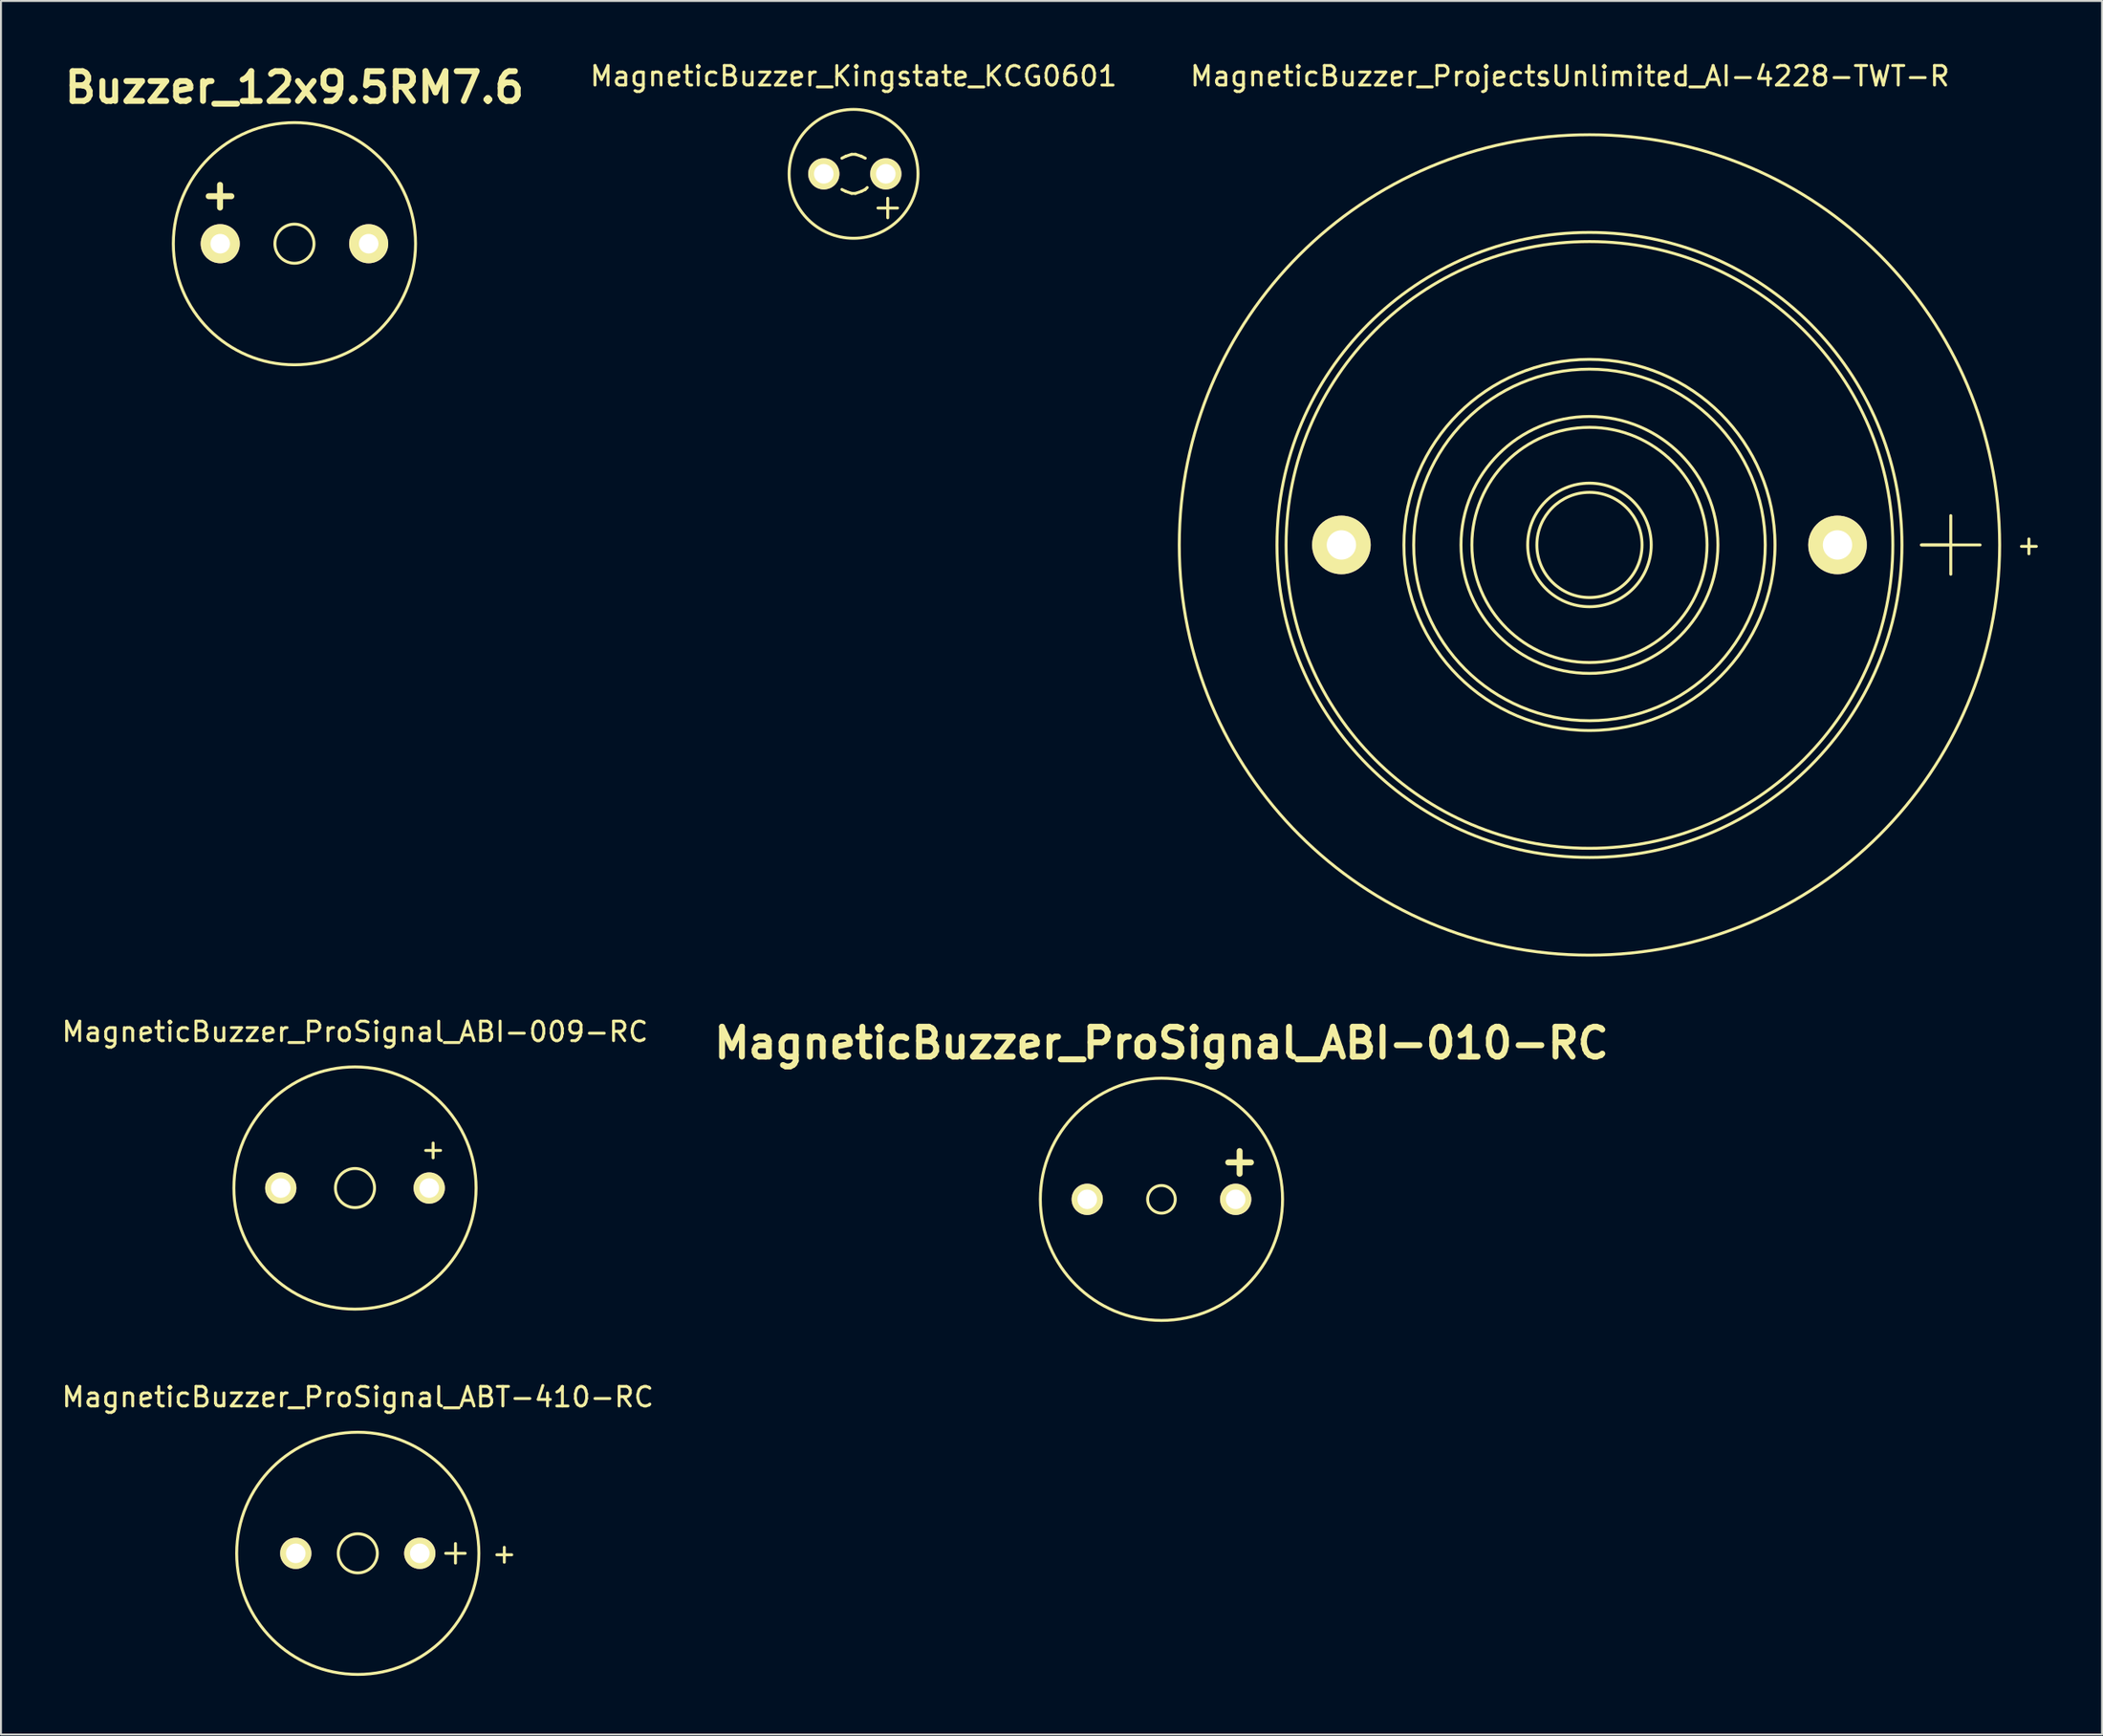
<source format=kicad_pcb>
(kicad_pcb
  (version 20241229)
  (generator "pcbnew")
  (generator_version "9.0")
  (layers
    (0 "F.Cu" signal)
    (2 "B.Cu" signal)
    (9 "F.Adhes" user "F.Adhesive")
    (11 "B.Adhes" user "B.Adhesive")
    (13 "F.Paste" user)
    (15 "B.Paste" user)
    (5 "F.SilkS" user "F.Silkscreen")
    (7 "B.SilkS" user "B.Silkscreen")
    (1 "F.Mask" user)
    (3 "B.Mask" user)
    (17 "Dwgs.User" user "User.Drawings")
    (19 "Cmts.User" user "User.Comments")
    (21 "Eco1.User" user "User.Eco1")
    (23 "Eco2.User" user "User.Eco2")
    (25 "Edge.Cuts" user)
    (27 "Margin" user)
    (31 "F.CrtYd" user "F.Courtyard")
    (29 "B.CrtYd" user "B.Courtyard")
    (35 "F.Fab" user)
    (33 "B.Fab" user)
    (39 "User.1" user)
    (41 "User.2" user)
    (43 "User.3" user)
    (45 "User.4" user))
  (footprint "MagneticBuzzer_ProSignal_ABT-410-RC"
    (layer "F.Cu")
    (at 12.093 76.476)
    (property "Reference" "MagneticBuzzer_ProSignal_ABT-410-RC" (at 3.175 -8.001 0) (layer "F.SilkS") (effects (font (size 1 1) (thickness 0.15))))
    (attr through_hole)
    (fp_line (start 7.676 0) (end 8.674 0) (stroke (width 0.15) (type solid)) (layer "F.SilkS"))
    (fp_line (start 8.176 -0.5) (end 8.176 0.5) (stroke (width 0.15) (type solid)) (layer "F.SilkS"))
    (fp_circle (center 3.175 0) (end 4.176 0) (stroke (width 0.15) (type solid)) (fill no) (layer "F.SilkS"))
    (fp_circle (center 3.175 0) (end 9.375 0) (stroke (width 0.15) (type solid)) (fill no) (layer "F.SilkS"))
    (fp_text user "+" (at 10.676 0 0) (layer "F.SilkS") (effects (font (size 1 1) (thickness 0.15))))
    (pad "1" thru_hole circle (at 0 0) (size 1.6 1.6) (drill 1.001) (layers "*.Cu" "*.Mask" "F.SilkS"))
    (pad "2" thru_hole circle (at 6.35 0) (size 1.6 1.6) (drill 1.001) (layers "*.Cu" "*.Mask" "F.SilkS")))
  (footprint "MagneticBuzzer_ProSignal_ABI-009-RC"
    (layer "F.Cu")
    (at 11.315 57.774)
    (property "Reference" "MagneticBuzzer_ProSignal_ABI-009-RC" (at 3.81 -8.001 0) (layer "F.SilkS") (effects (font (size 1 1) (thickness 0.15))))
    (attr through_hole)
    (fp_circle (center 3.81 0) (end 4.811 0) (stroke (width 0.15) (type solid)) (fill no) (layer "F.SilkS"))
    (fp_circle (center 3.81 0) (end 10.01 0) (stroke (width 0.15) (type solid)) (fill no) (layer "F.SilkS"))
    (fp_text user "+" (at 7.811 -1.999 0) (layer "F.SilkS") (effects (font (size 1 1) (thickness 0.15))))
    (pad "1" thru_hole circle (at 0.01 0) (size 1.6 1.6) (drill 1.001) (layers "*.Cu" "*.Mask" "F.SilkS"))
    (pad "2" thru_hole circle (at 7.61 0) (size 1.6 1.6) (drill 1.001) (layers "*.Cu" "*.Mask" "F.SilkS")))
  (footprint "MagneticBuzzer_ProSignal_ABI-010-RC"
    (layer "F.Cu")
    (at 52.605 58.352)
    (property "Reference" "MagneticBuzzer_ProSignal_ABI-010-RC" (at 3.81 -8.001 0) (layer "F.SilkS") (effects (font (size 1.524 1.524) (thickness 0.305))))
    (attr through_hole)
    (fp_circle (center 3.81 0) (end 4.31 0.5) (stroke (width 0.15) (type solid)) (fill no) (layer "F.SilkS"))
    (fp_circle (center 3.81 0) (end 10.01 0) (stroke (width 0.15) (type solid)) (fill no) (layer "F.SilkS"))
    (fp_text user "+" (at 7.811 -1.999 0) (layer "F.SilkS") (effects (font (size 1.524 1.524) (thickness 0.305))))
    (pad "1" thru_hole circle (at 0.01 0) (size 1.6 1.6) (drill 1.001) (layers "*.Cu" "*.Mask" "F.SilkS"))
    (pad "2" thru_hole circle (at 7.61 0) (size 1.6 1.6) (drill 1.001) (layers "*.Cu" "*.Mask" "F.SilkS")))
  (footprint "Buzzer_12x9.5RM7.6"
    (layer "F.Cu")
    (at 12.025 9.427)
    (property "Reference" "Buzzer_12x9.5RM7.6" (at 0 -8.001 0) (layer "F.SilkS") (effects (font (size 1.524 1.524) (thickness 0.305))))
    (attr through_hole)
    (fp_circle (center 0 0) (end 1.001 0) (stroke (width 0.15) (type solid)) (fill no) (layer "F.SilkS"))
    (fp_circle (center 0 0) (end 6.2 0) (stroke (width 0.15) (type solid)) (fill no) (layer "F.SilkS"))
    (fp_text user "+" (at -3.81 -2.54 0) (layer "F.SilkS") (effects (font (size 1.524 1.524) (thickness 0.305))))
    (pad "1" thru_hole circle (at -3.8 0) (size 2 2) (drill 1.001) (layers "*.Cu" "*.Mask" "F.SilkS"))
    (pad "2" thru_hole circle (at 3.8 0) (size 2 2) (drill 1.001) (layers "*.Cu" "*.Mask" "F.SilkS")))
  (footprint "MagneticBuzzer_Kingstate_KCG0601"
    (layer "F.Cu")
    (at 39.127 5.85)
    (property "Reference" "MagneticBuzzer_Kingstate_KCG0601" (at 1.524 -5.001 0) (layer "F.SilkS") (effects (font (size 1 1) (thickness 0.15))))
    (attr through_hole)
    (fp_line (start 1.125 -0.899) (end 0.925 -0.8) (stroke (width 0.15) (type solid)) (layer "F.SilkS"))
    (fp_line (start 1.125 0.899) (end 0.925 0.8) (stroke (width 0.15) (type solid)) (layer "F.SilkS"))
    (fp_line (start 1.425 -1.001) (end 1.125 -0.899) (stroke (width 0.15) (type solid)) (layer "F.SilkS"))
    (fp_line (start 1.425 1.001) (end 1.125 0.899) (stroke (width 0.15) (type solid)) (layer "F.SilkS"))
    (fp_line (start 1.623 -1.001) (end 1.425 -1.001) (stroke (width 0.15) (type solid)) (layer "F.SilkS"))
    (fp_line (start 1.623 1.001) (end 1.425 1.001) (stroke (width 0.15) (type solid)) (layer "F.SilkS"))
    (fp_line (start 1.923 -0.899) (end 1.623 -1.001) (stroke (width 0.15) (type solid)) (layer "F.SilkS"))
    (fp_line (start 1.923 0.899) (end 1.623 1.001) (stroke (width 0.15) (type solid)) (layer "F.SilkS"))
    (fp_line (start 2.123 -0.8) (end 1.923 -0.899) (stroke (width 0.15) (type solid)) (layer "F.SilkS"))
    (fp_line (start 2.123 0.8) (end 1.923 0.899) (stroke (width 0.15) (type solid)) (layer "F.SilkS"))
    (fp_line (start 2.225 0.701) (end 2.123 0.8) (stroke (width 0.15) (type solid)) (layer "F.SilkS"))
    (fp_line (start 2.774 1.75) (end 3.774 1.75) (stroke (width 0.15) (type solid)) (layer "F.SilkS"))
    (fp_line (start 3.274 1.25) (end 3.274 2.25) (stroke (width 0.15) (type solid)) (layer "F.SilkS"))
    (fp_circle (center 1.524 0) (end 4.823 0) (stroke (width 0.15) (type solid)) (fill no) (layer "F.SilkS"))
    (pad "1" thru_hole circle (at 0 0) (size 1.6 1.6) (drill 1.001) (layers "*.Cu" "*.Mask" "F.SilkS"))
    (pad "2" thru_hole circle (at 3.175 0) (size 1.6 1.6) (drill 1.001) (layers "*.Cu" "*.Mask" "F.SilkS")))
  (footprint "MagneticBuzzer_ProjectsUnlimited_AI-4228-TWT-R"
    (layer "F.Cu")
    (at 65.628 24.849)
    (property "Reference" "MagneticBuzzer_ProjectsUnlimited_AI-4228-TWT-R" (at 11.699 -24 0) (layer "F.SilkS") (effects (font (size 1 1) (thickness 0.15))))
    (attr through_hole)
    (fp_line (start 29.7 0) (end 32.7 0) (stroke (width 0.15) (type solid)) (layer "F.SilkS"))
    (fp_line (start 31.199 0) (end 29.7 0) (stroke (width 0.15) (type solid)) (layer "F.SilkS"))
    (fp_line (start 31.199 0) (end 31.199 -1.501) (stroke (width 0.15) (type solid)) (layer "F.SilkS"))
    (fp_line (start 31.199 0) (end 31.199 1.501) (stroke (width 0.15) (type solid)) (layer "F.SilkS"))
    (fp_circle (center 12.7 0) (end 15.199 1.001) (stroke (width 0.15) (type solid)) (fill no) (layer "F.SilkS"))
    (fp_circle (center 12.7 0) (end 15.7 1.001) (stroke (width 0.15) (type solid)) (fill no) (layer "F.SilkS"))
    (fp_circle (center 12.7 0) (end 18.699 0.5) (stroke (width 0.15) (type solid)) (fill no) (layer "F.SilkS"))
    (fp_circle (center 12.7 0) (end 19.2 1.001) (stroke (width 0.15) (type solid)) (fill no) (layer "F.SilkS"))
    (fp_circle (center 12.7 0) (end 21.699 0) (stroke (width 0.15) (type solid)) (fill no) (layer "F.SilkS"))
    (fp_circle (center 12.7 0) (end 22.2 0) (stroke (width 0.15) (type solid)) (fill no) (layer "F.SilkS"))
    (fp_circle (center 12.7 0) (end 28.199 1.001) (stroke (width 0.15) (type solid)) (fill no) (layer "F.SilkS"))
    (fp_circle (center 12.7 0) (end 28.699 0) (stroke (width 0.15) (type solid)) (fill no) (layer "F.SilkS"))
    (fp_circle (center 12.7 0) (end 33.701 0) (stroke (width 0.15) (type solid)) (fill no) (layer "F.SilkS"))
    (fp_text user "+" (at 35.199 0 0) (layer "F.SilkS") (effects (font (size 1 1) (thickness 0.15))))
    (pad "1" thru_hole circle (at 0 0) (size 3 3) (drill 1.501) (layers "*.Cu" "*.Mask" "F.SilkS"))
    (pad "2" thru_hole circle (at 25.4 0) (size 3 3) (drill 1.501) (layers "*.Cu" "*.Mask" "F.SilkS")))
  (gr_rect
    (start -3 -3)
    (end 104.572 85.751)
    (stroke (width 0.1) (type default))
    (fill no)
    (layer "Edge.Cuts")))
</source>
